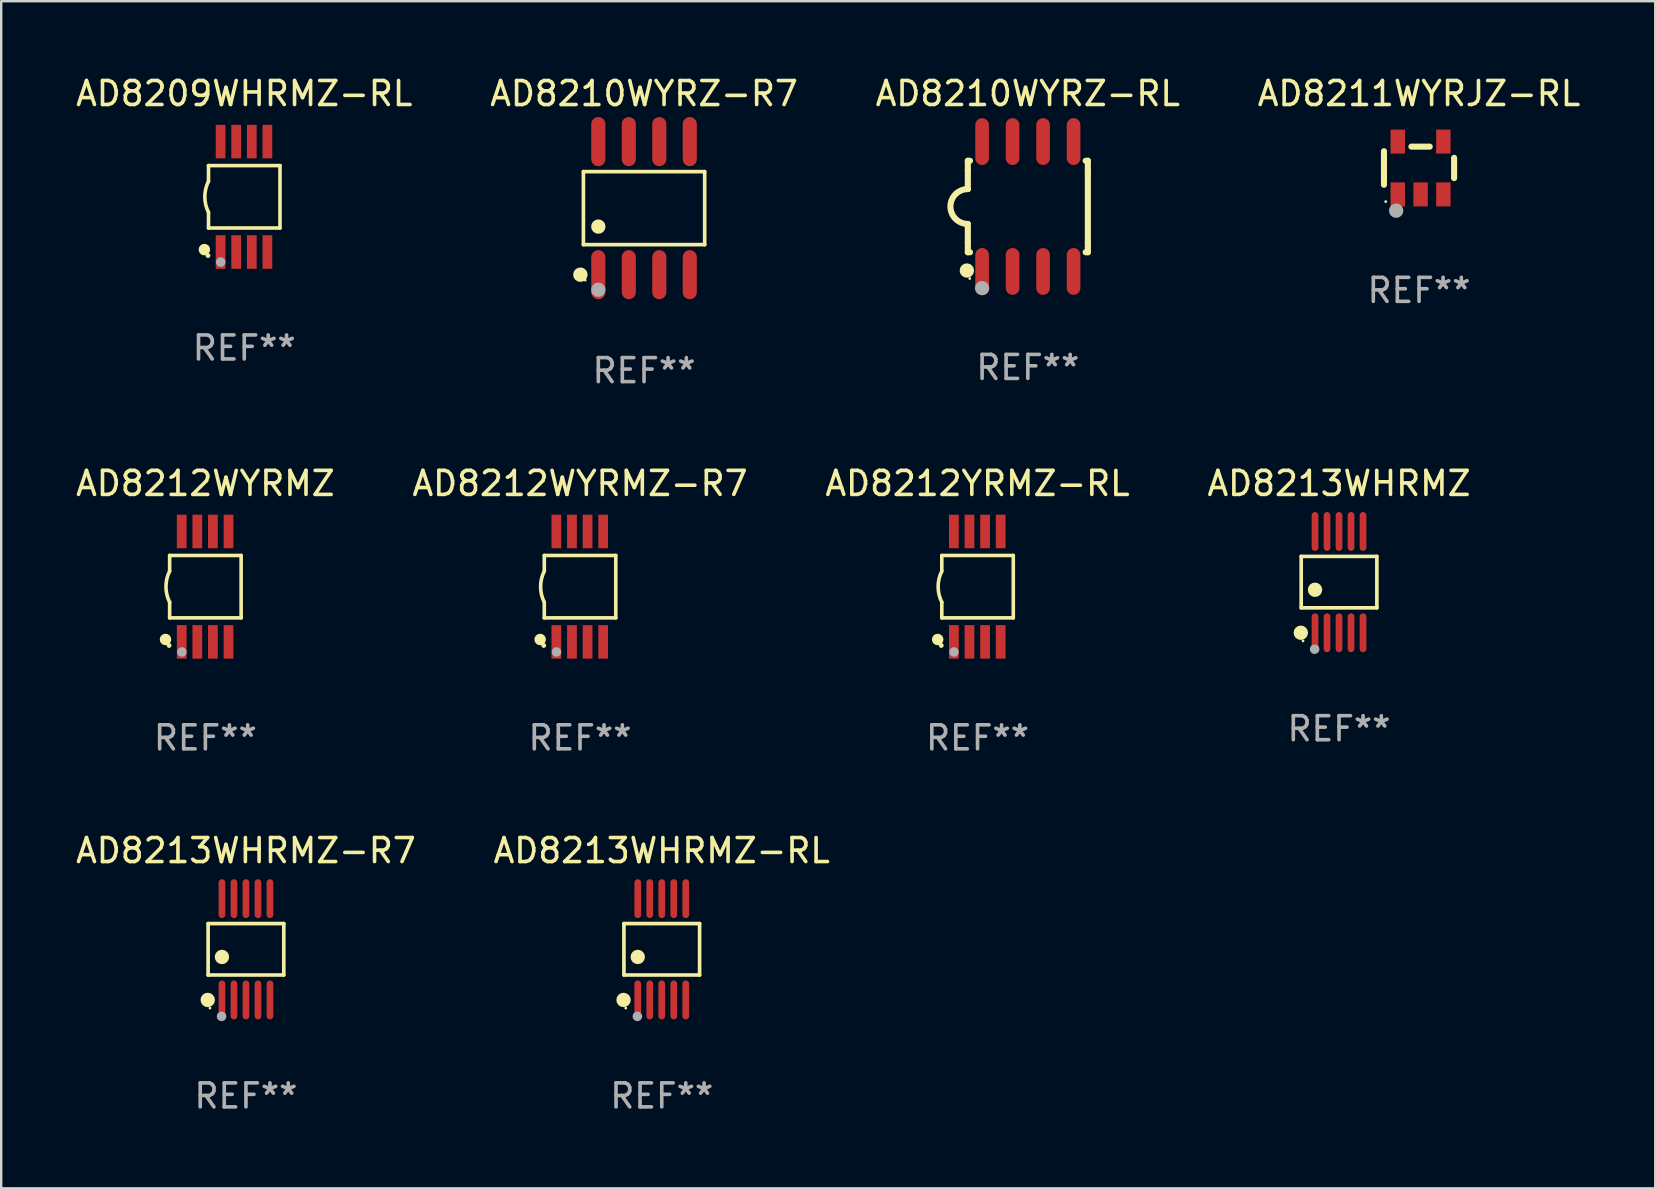
<source format=kicad_pcb>
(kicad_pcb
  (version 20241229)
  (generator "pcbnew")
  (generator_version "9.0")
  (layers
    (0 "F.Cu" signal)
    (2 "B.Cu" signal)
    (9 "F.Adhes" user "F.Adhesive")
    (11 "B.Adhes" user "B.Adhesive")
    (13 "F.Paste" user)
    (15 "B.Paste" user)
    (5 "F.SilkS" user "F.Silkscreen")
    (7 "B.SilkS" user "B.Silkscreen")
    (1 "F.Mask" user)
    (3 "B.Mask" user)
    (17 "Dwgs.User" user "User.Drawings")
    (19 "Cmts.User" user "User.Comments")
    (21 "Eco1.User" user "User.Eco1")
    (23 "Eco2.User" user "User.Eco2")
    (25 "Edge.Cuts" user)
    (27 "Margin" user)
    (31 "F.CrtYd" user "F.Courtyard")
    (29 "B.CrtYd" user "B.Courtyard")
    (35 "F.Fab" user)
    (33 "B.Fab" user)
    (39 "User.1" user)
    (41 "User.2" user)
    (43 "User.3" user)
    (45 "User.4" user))
  (footprint "AD8212WYRMZ"
    (layer "F.Cu")
    (at 5.506 21.39)
    (property "Reference" "AD8212WYRMZ" (at 0 -4.3 0) (layer "F.SilkS") (effects (font (size 1 1) (thickness 0.15))))
    (attr through_hole)
    (fp_line (start -1.489 -1.3) (end -1.489 -0.648) (stroke (width 0.15) (type solid)) (layer "F.SilkS"))
    (fp_line (start -1.489 0.648) (end -1.489 1.3) (stroke (width 0.15) (type solid)) (layer "F.SilkS"))
    (fp_line (start -1.489 1.3) (end 1.489 1.3) (stroke (width 0.15) (type solid)) (layer "F.SilkS"))
    (fp_line (start 1.489 -1.3) (end -1.489 -1.3) (stroke (width 0.15) (type solid)) (layer "F.SilkS"))
    (fp_line (start 1.489 1.3) (end 1.489 -1.3) (stroke (width 0.15) (type solid)) (layer "F.SilkS"))
    (fp_arc (start -1.489205 0.647702) (mid -1.642107 0) (end -1.489205 -0.647701) (stroke (width 0.150013) (type solid)) (layer "F.SilkS"))
    (fp_circle (center -1.661 2.2) (end -1.541 2.2) (stroke (width 0.24) (type solid)) (fill no) (layer "F.SilkS"))
    (fp_circle (center -1.511 2.45) (end -1.461 2.45) (stroke (width 0.1) (type solid)) (fill no) (layer "F.SilkS"))
    (fp_circle (center -0.981 2.72) (end -0.881 2.72) (stroke (width 0.2) (type solid)) (fill no) (layer "F.Fab"))
    (fp_text user "REF**" (at 0 6.3 0) (layer "F.Fab") (effects (font (size 1 1) (thickness 0.15))))
    (pad "1" smd rect (at -0.986 2.3) (size 0.406 1.397) (layers "F.Cu" "F.Mask" "F.Paste"))
    (pad "2" smd rect (at -0.336 2.3) (size 0.406 1.397) (layers "F.Cu" "F.Mask" "F.Paste"))
    (pad "3" smd rect (at 0.314 2.3) (size 0.406 1.397) (layers "F.Cu" "F.Mask" "F.Paste"))
    (pad "4" smd rect (at 0.964 2.3) (size 0.406 1.397) (layers "F.Cu" "F.Mask" "F.Paste"))
    (pad "5" smd rect (at 0.964 -2.3) (size 0.406 1.397) (layers "F.Cu" "F.Mask" "F.Paste"))
    (pad "6" smd rect (at 0.314 -2.3) (size 0.406 1.397) (layers "F.Cu" "F.Mask" "F.Paste"))
    (pad "7" smd rect (at -0.336 -2.3) (size 0.406 1.397) (layers "F.Cu" "F.Mask" "F.Paste"))
    (pad "8" smd rect (at -0.986 -2.3) (size 0.406 1.397) (layers "F.Cu" "F.Mask" "F.Paste")))
  (footprint "AD8212YRMZ-RL"
    (layer "F.Cu")
    (at 37.673 21.39)
    (property "Reference" "AD8212YRMZ-RL" (at 0 -4.3 0) (layer "F.SilkS") (effects (font (size 1 1) (thickness 0.15))))
    (attr through_hole)
    (fp_line (start -1.489 -1.3) (end -1.489 -0.648) (stroke (width 0.15) (type solid)) (layer "F.SilkS"))
    (fp_line (start -1.489 0.648) (end -1.489 1.3) (stroke (width 0.15) (type solid)) (layer "F.SilkS"))
    (fp_line (start -1.489 1.3) (end 1.489 1.3) (stroke (width 0.15) (type solid)) (layer "F.SilkS"))
    (fp_line (start 1.489 -1.3) (end -1.489 -1.3) (stroke (width 0.15) (type solid)) (layer "F.SilkS"))
    (fp_line (start 1.489 1.3) (end 1.489 -1.3) (stroke (width 0.15) (type solid)) (layer "F.SilkS"))
    (fp_arc (start -1.489205 0.647702) (mid -1.642107 0) (end -1.489205 -0.647701) (stroke (width 0.150013) (type solid)) (layer "F.SilkS"))
    (fp_circle (center -1.661 2.2) (end -1.541 2.2) (stroke (width 0.24) (type solid)) (fill no) (layer "F.SilkS"))
    (fp_circle (center -1.511 2.45) (end -1.461 2.45) (stroke (width 0.1) (type solid)) (fill no) (layer "F.SilkS"))
    (fp_circle (center -0.981 2.72) (end -0.881 2.72) (stroke (width 0.2) (type solid)) (fill no) (layer "F.Fab"))
    (fp_text user "REF**" (at 0 6.3 0) (layer "F.Fab") (effects (font (size 1 1) (thickness 0.15))))
    (pad "1" smd rect (at -0.986 2.3) (size 0.406 1.397) (layers "F.Cu" "F.Mask" "F.Paste"))
    (pad "2" smd rect (at -0.336 2.3) (size 0.406 1.397) (layers "F.Cu" "F.Mask" "F.Paste"))
    (pad "3" smd rect (at 0.314 2.3) (size 0.406 1.397) (layers "F.Cu" "F.Mask" "F.Paste"))
    (pad "4" smd rect (at 0.964 2.3) (size 0.406 1.397) (layers "F.Cu" "F.Mask" "F.Paste"))
    (pad "5" smd rect (at 0.964 -2.3) (size 0.406 1.397) (layers "F.Cu" "F.Mask" "F.Paste"))
    (pad "6" smd rect (at 0.314 -2.3) (size 0.406 1.397) (layers "F.Cu" "F.Mask" "F.Paste"))
    (pad "7" smd rect (at -0.336 -2.3) (size 0.406 1.397) (layers "F.Cu" "F.Mask" "F.Paste"))
    (pad "8" smd rect (at -0.986 -2.3) (size 0.406 1.397) (layers "F.Cu" "F.Mask" "F.Paste")))
  (footprint "AD8213WHRMZ"
    (layer "F.Cu")
    (at 52.732 21.2)
    (property "Reference" "AD8213WHRMZ" (at 0 -4.11 0) (layer "F.SilkS") (effects (font (size 1 1) (thickness 0.15))))
    (attr through_hole)
    (fp_line (start -1.576 -1.071) (end 1.576 -1.071) (stroke (width 0.152) (type solid)) (layer "F.SilkS"))
    (fp_line (start -1.576 1.071) (end -1.576 -1.071) (stroke (width 0.152) (type solid)) (layer "F.SilkS"))
    (fp_line (start 1.576 -1.071) (end 1.576 1.071) (stroke (width 0.152) (type solid)) (layer "F.SilkS"))
    (fp_line (start 1.576 1.071) (end -1.576 1.071) (stroke (width 0.152) (type solid)) (layer "F.SilkS"))
    (fp_circle (center -1.592 2.11) (end -1.442 2.11) (stroke (width 0.3) (type solid)) (fill no) (layer "F.SilkS"))
    (fp_circle (center -1.5 2.45) (end -1.47 2.45) (stroke (width 0.06) (type solid)) (fill no) (layer "F.SilkS"))
    (fp_circle (center -1 0.319) (end -0.85 0.319) (stroke (width 0.3) (type solid)) (fill no) (layer "F.SilkS"))
    (fp_circle (center -1.016 2.794) (end -0.916 2.794) (stroke (width 0.2) (type solid)) (fill no) (layer "F.Fab"))
    (fp_text user "REF**" (at 0 6.11 0) (layer "F.Fab") (effects (font (size 1 1) (thickness 0.15))))
    (pad "1" smd oval (at -1 2.11) (size 0.28 1.62) (layers "F.Cu" "F.Mask" "F.Paste"))
    (pad "2" smd oval (at -0.5 2.11) (size 0.28 1.62) (layers "F.Cu" "F.Mask" "F.Paste"))
    (pad "3" smd oval (at 0 2.11) (size 0.28 1.62) (layers "F.Cu" "F.Mask" "F.Paste"))
    (pad "4" smd oval (at 0.5 2.11) (size 0.28 1.62) (layers "F.Cu" "F.Mask" "F.Paste"))
    (pad "5" smd oval (at 1 2.11) (size 0.28 1.62) (layers "F.Cu" "F.Mask" "F.Paste"))
    (pad "6" smd oval (at 1 -2.11) (size 0.28 1.62) (layers "F.Cu" "F.Mask" "F.Paste"))
    (pad "7" smd oval (at 0.5 -2.11) (size 0.28 1.62) (layers "F.Cu" "F.Mask" "F.Paste"))
    (pad "8" smd oval (at 0 -2.11) (size 0.28 1.62) (layers "F.Cu" "F.Mask" "F.Paste"))
    (pad "9" smd oval (at -0.5 -2.11) (size 0.28 1.62) (layers "F.Cu" "F.Mask" "F.Paste"))
    (pad "10" smd oval (at -1 -2.11) (size 0.28 1.62) (layers "F.Cu" "F.Mask" "F.Paste")))
  (footprint "AD8212WYRMZ-R7"
    (layer "F.Cu")
    (at 21.113 21.39)
    (property "Reference" "AD8212WYRMZ-R7" (at 0 -4.3 0) (layer "F.SilkS") (effects (font (size 1 1) (thickness 0.15))))
    (attr through_hole)
    (fp_line (start -1.489 -1.3) (end -1.489 -0.648) (stroke (width 0.15) (type solid)) (layer "F.SilkS"))
    (fp_line (start -1.489 0.648) (end -1.489 1.3) (stroke (width 0.15) (type solid)) (layer "F.SilkS"))
    (fp_line (start -1.489 1.3) (end 1.489 1.3) (stroke (width 0.15) (type solid)) (layer "F.SilkS"))
    (fp_line (start 1.489 -1.3) (end -1.489 -1.3) (stroke (width 0.15) (type solid)) (layer "F.SilkS"))
    (fp_line (start 1.489 1.3) (end 1.489 -1.3) (stroke (width 0.15) (type solid)) (layer "F.SilkS"))
    (fp_arc (start -1.489205 0.647702) (mid -1.642107 0) (end -1.489205 -0.647701) (stroke (width 0.150013) (type solid)) (layer "F.SilkS"))
    (fp_circle (center -1.661 2.2) (end -1.541 2.2) (stroke (width 0.24) (type solid)) (fill no) (layer "F.SilkS"))
    (fp_circle (center -1.511 2.45) (end -1.461 2.45) (stroke (width 0.1) (type solid)) (fill no) (layer "F.SilkS"))
    (fp_circle (center -0.981 2.72) (end -0.881 2.72) (stroke (width 0.2) (type solid)) (fill no) (layer "F.Fab"))
    (fp_text user "REF**" (at 0 6.3 0) (layer "F.Fab") (effects (font (size 1 1) (thickness 0.15))))
    (pad "1" smd rect (at -0.986 2.3) (size 0.406 1.397) (layers "F.Cu" "F.Mask" "F.Paste"))
    (pad "2" smd rect (at -0.336 2.3) (size 0.406 1.397) (layers "F.Cu" "F.Mask" "F.Paste"))
    (pad "3" smd rect (at 0.314 2.3) (size 0.406 1.397) (layers "F.Cu" "F.Mask" "F.Paste"))
    (pad "4" smd rect (at 0.964 2.3) (size 0.406 1.397) (layers "F.Cu" "F.Mask" "F.Paste"))
    (pad "5" smd rect (at 0.964 -2.3) (size 0.406 1.397) (layers "F.Cu" "F.Mask" "F.Paste"))
    (pad "6" smd rect (at 0.314 -2.3) (size 0.406 1.397) (layers "F.Cu" "F.Mask" "F.Paste"))
    (pad "7" smd rect (at -0.336 -2.3) (size 0.406 1.397) (layers "F.Cu" "F.Mask" "F.Paste"))
    (pad "8" smd rect (at -0.986 -2.3) (size 0.406 1.397) (layers "F.Cu" "F.Mask" "F.Paste")))
  (footprint "AD8211WYRJZ-RL"
    (layer "F.Cu")
    (at 56.065 3.948)
    (property "Reference" "AD8211WYRJZ-RL" (at 0 -3.1 0) (layer "F.SilkS") (effects (font (size 1 1) (thickness 0.15))))
    (attr through_hole)
    (fp_line (start -1.461 -0.699) (end -1.461 0.699) (stroke (width 0.254) (type solid)) (layer "F.SilkS"))
    (fp_line (start -0.318 -0.889) (end 0.445 -0.889) (stroke (width 0.254) (type solid)) (layer "F.SilkS"))
    (fp_line (start 1.461 -0.422) (end 1.461 0.422) (stroke (width 0.254) (type solid)) (layer "F.SilkS"))
    (fp_circle (center -1.387 1.4) (end -1.357 1.4) (stroke (width 0.06) (type solid)) (fill no) (layer "F.SilkS"))
    (fp_circle (center -0.953 1.778) (end -0.802 1.778) (stroke (width 0.3) (type solid)) (fill no) (layer "F.Fab"))
    (fp_text user "REF**" (at 0 5.1 0) (layer "F.Fab") (effects (font (size 1 1) (thickness 0.15))))
    (pad "1" smd rect (at -0.886 1.1) (size 0.6 1) (layers "F.Cu" "F.Mask" "F.Paste"))
    (pad "2" smd rect (at 0.064 1.1) (size 0.6 1) (layers "F.Cu" "F.Mask" "F.Paste"))
    (pad "3" smd rect (at 1.013 1.1) (size 0.6 1) (layers "F.Cu" "F.Mask" "F.Paste"))
    (pad "4" smd rect (at 1.013 -1.1) (size 0.6 1) (layers "F.Cu" "F.Mask" "F.Paste"))
    (pad "5" smd rect (at -0.886 -1.1) (size 0.6 1) (layers "F.Cu" "F.Mask" "F.Paste")))
  (footprint "AD8209WHRMZ-RL"
    (layer "F.Cu")
    (at 7.125 5.148)
    (property "Reference" "AD8209WHRMZ-RL" (at 0 -4.3 0) (layer "F.SilkS") (effects (font (size 1 1) (thickness 0.15))))
    (attr through_hole)
    (fp_line (start -1.489 -1.3) (end -1.489 -0.648) (stroke (width 0.15) (type solid)) (layer "F.SilkS"))
    (fp_line (start -1.489 0.648) (end -1.489 1.3) (stroke (width 0.15) (type solid)) (layer "F.SilkS"))
    (fp_line (start -1.489 1.3) (end 1.489 1.3) (stroke (width 0.15) (type solid)) (layer "F.SilkS"))
    (fp_line (start 1.489 -1.3) (end -1.489 -1.3) (stroke (width 0.15) (type solid)) (layer "F.SilkS"))
    (fp_line (start 1.489 1.3) (end 1.489 -1.3) (stroke (width 0.15) (type solid)) (layer "F.SilkS"))
    (fp_arc (start -1.489205 0.647702) (mid -1.642107 0) (end -1.489205 -0.647701) (stroke (width 0.150013) (type solid)) (layer "F.SilkS"))
    (fp_circle (center -1.661 2.2) (end -1.541 2.2) (stroke (width 0.24) (type solid)) (fill no) (layer "F.SilkS"))
    (fp_circle (center -1.511 2.45) (end -1.461 2.45) (stroke (width 0.1) (type solid)) (fill no) (layer "F.SilkS"))
    (fp_circle (center -0.981 2.72) (end -0.881 2.72) (stroke (width 0.2) (type solid)) (fill no) (layer "F.Fab"))
    (fp_text user "REF**" (at 0 6.3 0) (layer "F.Fab") (effects (font (size 1 1) (thickness 0.15))))
    (pad "1" smd rect (at -0.986 2.3) (size 0.406 1.397) (layers "F.Cu" "F.Mask" "F.Paste"))
    (pad "2" smd rect (at -0.336 2.3) (size 0.406 1.397) (layers "F.Cu" "F.Mask" "F.Paste"))
    (pad "3" smd rect (at 0.314 2.3) (size 0.406 1.397) (layers "F.Cu" "F.Mask" "F.Paste"))
    (pad "4" smd rect (at 0.964 2.3) (size 0.406 1.397) (layers "F.Cu" "F.Mask" "F.Paste"))
    (pad "5" smd rect (at 0.964 -2.3) (size 0.406 1.397) (layers "F.Cu" "F.Mask" "F.Paste"))
    (pad "6" smd rect (at 0.314 -2.3) (size 0.406 1.397) (layers "F.Cu" "F.Mask" "F.Paste"))
    (pad "7" smd rect (at -0.336 -2.3) (size 0.406 1.397) (layers "F.Cu" "F.Mask" "F.Paste"))
    (pad "8" smd rect (at -0.986 -2.3) (size 0.406 1.397) (layers "F.Cu" "F.Mask" "F.Paste")))
  (footprint "AD8213WHRMZ-RL"
    (layer "F.Cu")
    (at 24.518 36.496)
    (property "Reference" "AD8213WHRMZ-RL" (at 0 -4.11 0) (layer "F.SilkS") (effects (font (size 1 1) (thickness 0.15))))
    (attr through_hole)
    (fp_line (start -1.576 -1.071) (end 1.576 -1.071) (stroke (width 0.152) (type solid)) (layer "F.SilkS"))
    (fp_line (start -1.576 1.071) (end -1.576 -1.071) (stroke (width 0.152) (type solid)) (layer "F.SilkS"))
    (fp_line (start 1.576 -1.071) (end 1.576 1.071) (stroke (width 0.152) (type solid)) (layer "F.SilkS"))
    (fp_line (start 1.576 1.071) (end -1.576 1.071) (stroke (width 0.152) (type solid)) (layer "F.SilkS"))
    (fp_circle (center -1.592 2.11) (end -1.442 2.11) (stroke (width 0.3) (type solid)) (fill no) (layer "F.SilkS"))
    (fp_circle (center -1.5 2.45) (end -1.47 2.45) (stroke (width 0.06) (type solid)) (fill no) (layer "F.SilkS"))
    (fp_circle (center -1 0.319) (end -0.85 0.319) (stroke (width 0.3) (type solid)) (fill no) (layer "F.SilkS"))
    (fp_circle (center -1.016 2.794) (end -0.916 2.794) (stroke (width 0.2) (type solid)) (fill no) (layer "F.Fab"))
    (fp_text user "REF**" (at 0 6.11 0) (layer "F.Fab") (effects (font (size 1 1) (thickness 0.15))))
    (pad "1" smd oval (at -1 2.11) (size 0.28 1.62) (layers "F.Cu" "F.Mask" "F.Paste"))
    (pad "2" smd oval (at -0.5 2.11) (size 0.28 1.62) (layers "F.Cu" "F.Mask" "F.Paste"))
    (pad "3" smd oval (at 0 2.11) (size 0.28 1.62) (layers "F.Cu" "F.Mask" "F.Paste"))
    (pad "4" smd oval (at 0.5 2.11) (size 0.28 1.62) (layers "F.Cu" "F.Mask" "F.Paste"))
    (pad "5" smd oval (at 1 2.11) (size 0.28 1.62) (layers "F.Cu" "F.Mask" "F.Paste"))
    (pad "6" smd oval (at 1 -2.11) (size 0.28 1.62) (layers "F.Cu" "F.Mask" "F.Paste"))
    (pad "7" smd oval (at 0.5 -2.11) (size 0.28 1.62) (layers "F.Cu" "F.Mask" "F.Paste"))
    (pad "8" smd oval (at 0 -2.11) (size 0.28 1.62) (layers "F.Cu" "F.Mask" "F.Paste"))
    (pad "9" smd oval (at -0.5 -2.11) (size 0.28 1.62) (layers "F.Cu" "F.Mask" "F.Paste"))
    (pad "10" smd oval (at -1 -2.11) (size 0.28 1.62) (layers "F.Cu" "F.Mask" "F.Paste")))
  (footprint "AD8210WYRZ-RL"
    (layer "F.Cu")
    (at 39.768 5.553)
    (property "Reference" "AD8210WYRZ-RL" (at 0 -4.705 0) (layer "F.SilkS") (effects (font (size 1 1) (thickness 0.15))))
    (attr through_hole)
    (fp_line (start -2.5 -1.905) (end -2.409 -1.905) (stroke (width 0.254) (type solid)) (layer "F.SilkS"))
    (fp_line (start -2.5 -1.5) (end -2.5 -1.905) (stroke (width 0.254) (type solid)) (layer "F.SilkS"))
    (fp_line (start -2.5 -1.5) (end -2.5 -0.726) (stroke (width 0.254) (type solid)) (layer "F.SilkS"))
    (fp_line (start -2.5 1.5) (end -2.5 0.727) (stroke (width 0.254) (type solid)) (layer "F.SilkS"))
    (fp_line (start -2.5 1.5) (end -2.5 1.905) (stroke (width 0.254) (type solid)) (layer "F.SilkS"))
    (fp_line (start -2.5 1.905) (end -2.409 1.905) (stroke (width 0.254) (type solid)) (layer "F.SilkS"))
    (fp_line (start 2.5 -1.905) (end 2.409 -1.905) (stroke (width 0.254) (type solid)) (layer "F.SilkS"))
    (fp_line (start 2.5 -1.5) (end 2.5 -1.905) (stroke (width 0.254) (type solid)) (layer "F.SilkS"))
    (fp_line (start 2.5 -1.5) (end 2.5 1.5) (stroke (width 0.254) (type solid)) (layer "F.SilkS"))
    (fp_line (start 2.5 1.5) (end 2.5 1.905) (stroke (width 0.254) (type solid)) (layer "F.SilkS"))
    (fp_line (start 2.5 1.905) (end 2.409 1.905) (stroke (width 0.254) (type solid)) (layer "F.SilkS"))
    (fp_arc (start -2.5 0.726568) (mid -3.220316 -0.0023) (end -2.495097 -0.726289) (stroke (width 0.254001) (type solid)) (layer "F.SilkS"))
    (fp_circle (center -2.54 2.667) (end -2.39 2.667) (stroke (width 0.3) (type solid)) (fill no) (layer "F.SilkS"))
    (fp_circle (center -2.42 3) (end -2.39 3) (stroke (width 0.06) (type solid)) (fill no) (layer "F.SilkS"))
    (fp_circle (center -1.905 3.4) (end -1.755 3.4) (stroke (width 0.3) (type solid)) (fill no) (layer "F.Fab"))
    (fp_text user "REF**" (at 0 6.705 0) (layer "F.Fab") (effects (font (size 1 1) (thickness 0.15))))
    (pad "1" smd oval (at -1.905 2.705) (size 0.568 1.95) (layers "F.Cu" "F.Mask" "F.Paste"))
    (pad "2" smd oval (at -0.635 2.705) (size 0.568 1.95) (layers "F.Cu" "F.Mask" "F.Paste"))
    (pad "3" smd oval (at 0.635 2.705) (size 0.568 1.95) (layers "F.Cu" "F.Mask" "F.Paste"))
    (pad "4" smd oval (at 1.905 2.705) (size 0.568 1.95) (layers "F.Cu" "F.Mask" "F.Paste"))
    (pad "5" smd oval (at 1.905 -2.705) (size 0.568 1.95) (layers "F.Cu" "F.Mask" "F.Paste"))
    (pad "6" smd oval (at 0.635 -2.705) (size 0.568 1.95) (layers "F.Cu" "F.Mask" "F.Paste"))
    (pad "7" smd oval (at -0.635 -2.705) (size 0.568 1.95) (layers "F.Cu" "F.Mask" "F.Paste"))
    (pad "8" smd oval (at -1.905 -2.705) (size 0.568 1.95) (layers "F.Cu" "F.Mask" "F.Paste")))
  (footprint "AD8210WYRZ-R7"
    (layer "F.Cu")
    (at 23.78 5.621)
    (property "Reference" "AD8210WYRZ-R7" (at 0 -4.772 0) (layer "F.SilkS") (effects (font (size 1 1) (thickness 0.15))))
    (attr through_hole)
    (fp_line (start -2.526 -1.521) (end 2.526 -1.521) (stroke (width 0.152) (type solid)) (layer "F.SilkS"))
    (fp_line (start -2.526 1.521) (end -2.526 -1.521) (stroke (width 0.152) (type solid)) (layer "F.SilkS"))
    (fp_line (start 2.526 -1.521) (end 2.526 1.521) (stroke (width 0.152) (type solid)) (layer "F.SilkS"))
    (fp_line (start 2.526 1.521) (end -2.526 1.521) (stroke (width 0.152) (type solid)) (layer "F.SilkS"))
    (fp_circle (center -2.652 2.772) (end -2.501 2.772) (stroke (width 0.3) (type solid)) (fill no) (layer "F.SilkS"))
    (fp_circle (center -2.45 3) (end -2.42 3) (stroke (width 0.06) (type solid)) (fill no) (layer "F.SilkS"))
    (fp_circle (center -1.905 0.769) (end -1.755 0.769) (stroke (width 0.3) (type solid)) (fill no) (layer "F.SilkS"))
    (fp_circle (center -1.905 3.4) (end -1.755 3.4) (stroke (width 0.3) (type solid)) (fill no) (layer "F.Fab"))
    (fp_text user "REF**" (at 0 6.772 0) (layer "F.Fab") (effects (font (size 1 1) (thickness 0.15))))
    (pad "1" smd oval (at -1.905 2.772) (size 0.588 2.045) (layers "F.Cu" "F.Mask" "F.Paste"))
    (pad "2" smd oval (at -0.635 2.772) (size 0.588 2.045) (layers "F.Cu" "F.Mask" "F.Paste"))
    (pad "3" smd oval (at 0.635 2.772) (size 0.588 2.045) (layers "F.Cu" "F.Mask" "F.Paste"))
    (pad "4" smd oval (at 1.905 2.772) (size 0.588 2.045) (layers "F.Cu" "F.Mask" "F.Paste"))
    (pad "5" smd oval (at 1.905 -2.772) (size 0.588 2.045) (layers "F.Cu" "F.Mask" "F.Paste"))
    (pad "6" smd oval (at 0.635 -2.772) (size 0.588 2.045) (layers "F.Cu" "F.Mask" "F.Paste"))
    (pad "7" smd oval (at -0.635 -2.772) (size 0.588 2.045) (layers "F.Cu" "F.Mask" "F.Paste"))
    (pad "8" smd oval (at -1.905 -2.772) (size 0.588 2.045) (layers "F.Cu" "F.Mask" "F.Paste")))
  (footprint "AD8213WHRMZ-R7"
    (layer "F.Cu")
    (at 7.196 36.496)
    (property "Reference" "AD8213WHRMZ-R7" (at 0 -4.11 0) (layer "F.SilkS") (effects (font (size 1 1) (thickness 0.15))))
    (attr through_hole)
    (fp_line (start -1.576 -1.071) (end 1.576 -1.071) (stroke (width 0.152) (type solid)) (layer "F.SilkS"))
    (fp_line (start -1.576 1.071) (end -1.576 -1.071) (stroke (width 0.152) (type solid)) (layer "F.SilkS"))
    (fp_line (start 1.576 -1.071) (end 1.576 1.071) (stroke (width 0.152) (type solid)) (layer "F.SilkS"))
    (fp_line (start 1.576 1.071) (end -1.576 1.071) (stroke (width 0.152) (type solid)) (layer "F.SilkS"))
    (fp_circle (center -1.592 2.11) (end -1.442 2.11) (stroke (width 0.3) (type solid)) (fill no) (layer "F.SilkS"))
    (fp_circle (center -1.5 2.45) (end -1.47 2.45) (stroke (width 0.06) (type solid)) (fill no) (layer "F.SilkS"))
    (fp_circle (center -1 0.319) (end -0.85 0.319) (stroke (width 0.3) (type solid)) (fill no) (layer "F.SilkS"))
    (fp_circle (center -1.016 2.794) (end -0.916 2.794) (stroke (width 0.2) (type solid)) (fill no) (layer "F.Fab"))
    (fp_text user "REF**" (at 0 6.11 0) (layer "F.Fab") (effects (font (size 1 1) (thickness 0.15))))
    (pad "1" smd oval (at -1 2.11) (size 0.28 1.62) (layers "F.Cu" "F.Mask" "F.Paste"))
    (pad "2" smd oval (at -0.5 2.11) (size 0.28 1.62) (layers "F.Cu" "F.Mask" "F.Paste"))
    (pad "3" smd oval (at 0 2.11) (size 0.28 1.62) (layers "F.Cu" "F.Mask" "F.Paste"))
    (pad "4" smd oval (at 0.5 2.11) (size 0.28 1.62) (layers "F.Cu" "F.Mask" "F.Paste"))
    (pad "5" smd oval (at 1 2.11) (size 0.28 1.62) (layers "F.Cu" "F.Mask" "F.Paste"))
    (pad "6" smd oval (at 1 -2.11) (size 0.28 1.62) (layers "F.Cu" "F.Mask" "F.Paste"))
    (pad "7" smd oval (at 0.5 -2.11) (size 0.28 1.62) (layers "F.Cu" "F.Mask" "F.Paste"))
    (pad "8" smd oval (at 0 -2.11) (size 0.28 1.62) (layers "F.Cu" "F.Mask" "F.Paste"))
    (pad "9" smd oval (at -0.5 -2.11) (size 0.28 1.62) (layers "F.Cu" "F.Mask" "F.Paste"))
    (pad "10" smd oval (at -1 -2.11) (size 0.28 1.62) (layers "F.Cu" "F.Mask" "F.Paste")))
  (gr_rect
    (start -3 -3)
    (end 65.905 46.454)
    (stroke (width 0.1) (type default))
    (fill no)
    (layer "Edge.Cuts")))
</source>
